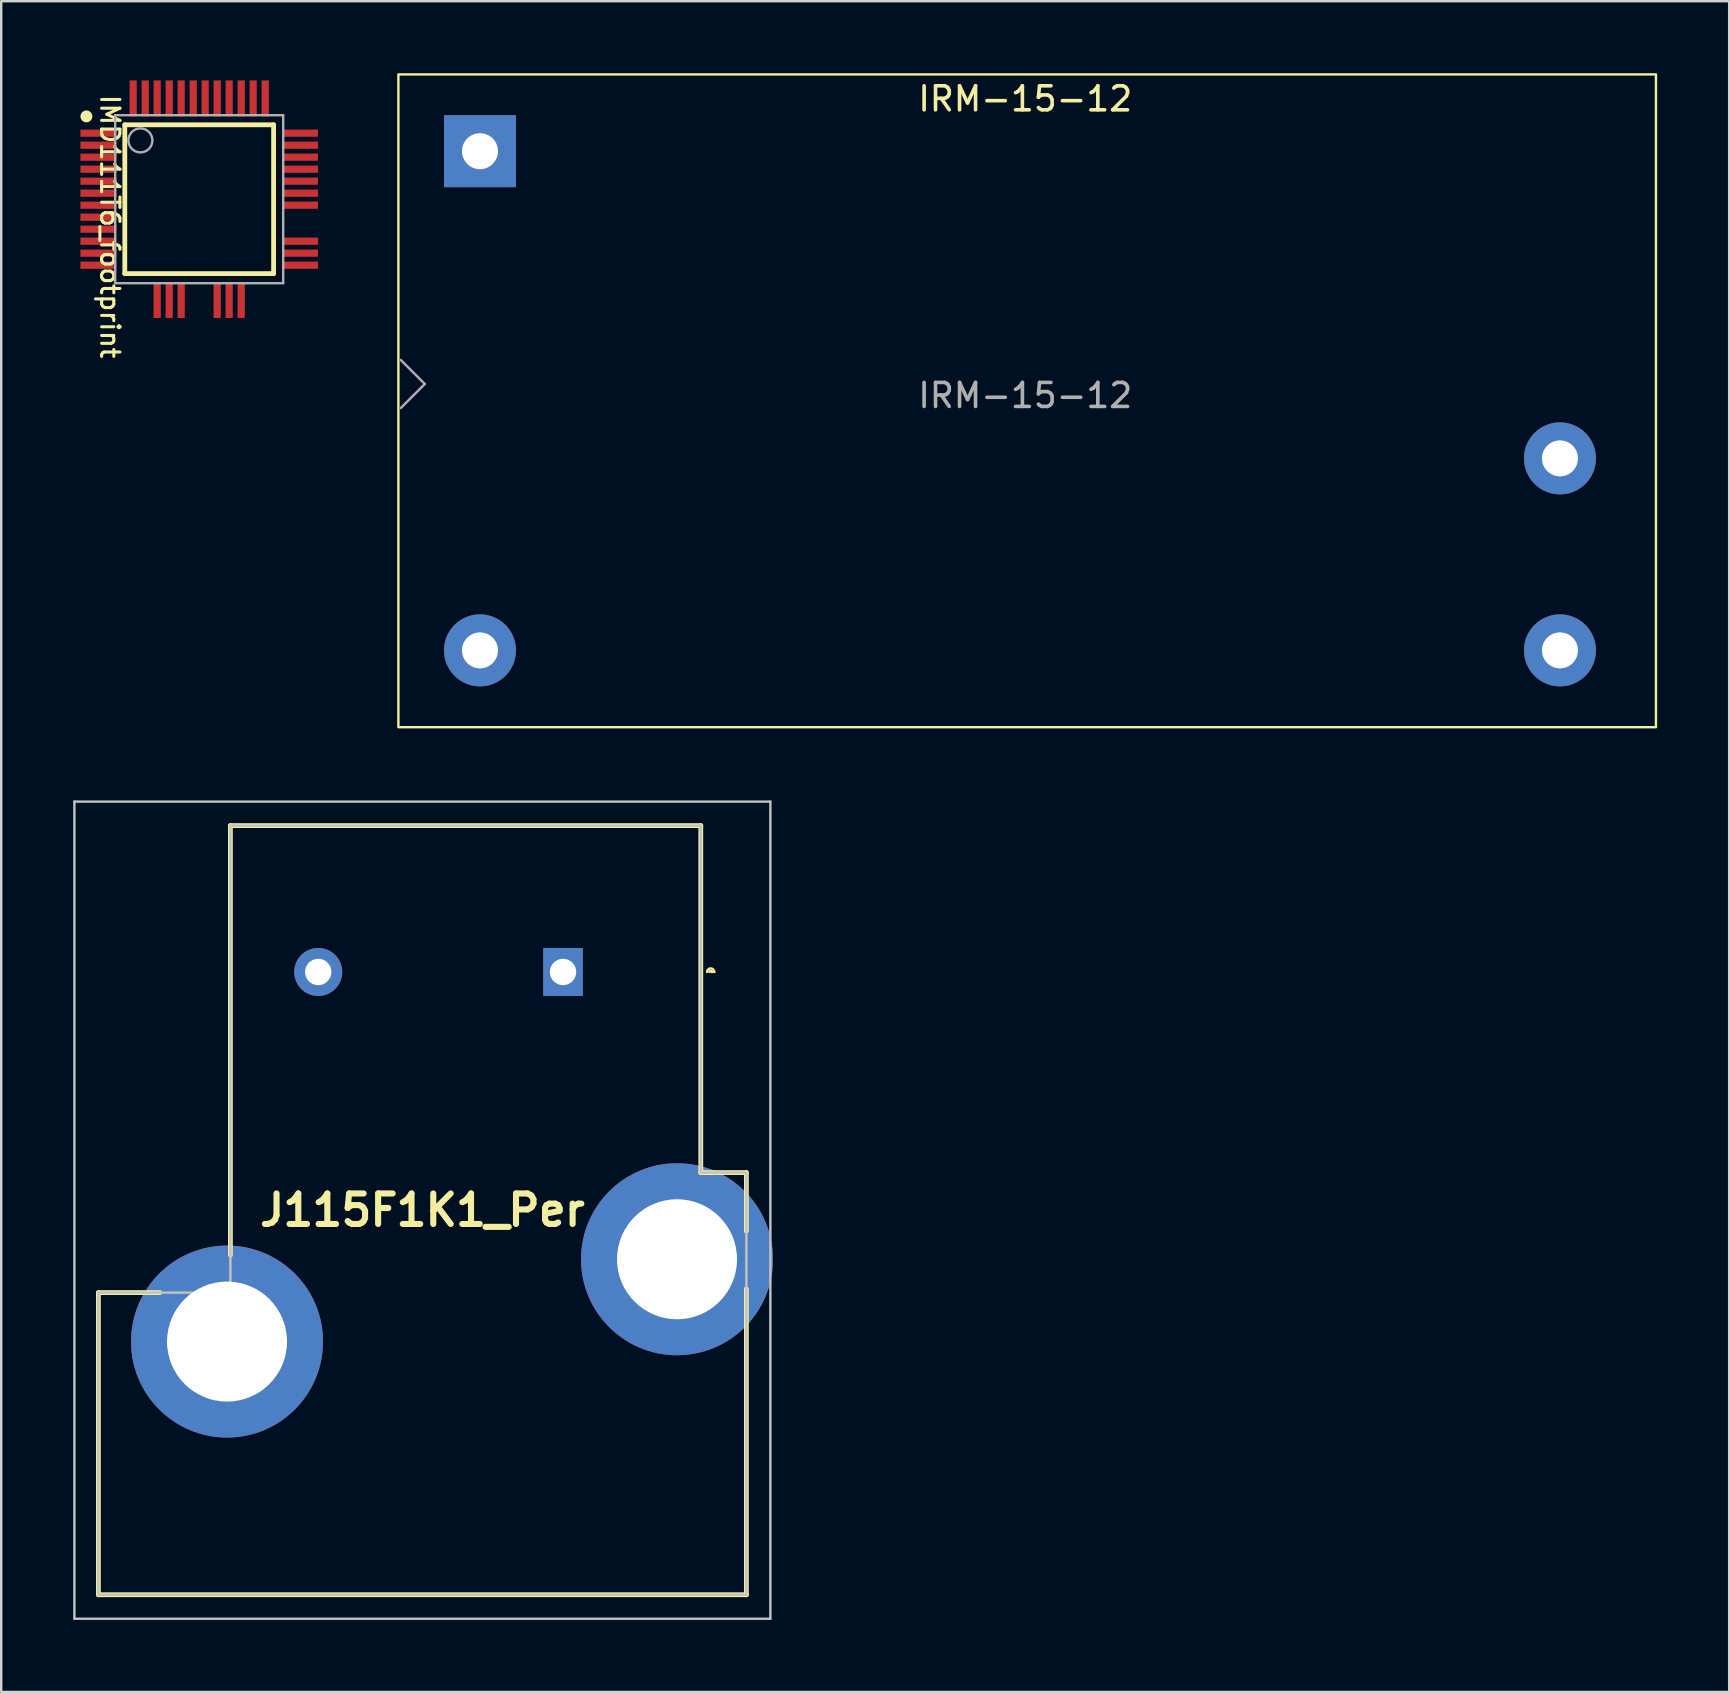
<source format=kicad_pcb>
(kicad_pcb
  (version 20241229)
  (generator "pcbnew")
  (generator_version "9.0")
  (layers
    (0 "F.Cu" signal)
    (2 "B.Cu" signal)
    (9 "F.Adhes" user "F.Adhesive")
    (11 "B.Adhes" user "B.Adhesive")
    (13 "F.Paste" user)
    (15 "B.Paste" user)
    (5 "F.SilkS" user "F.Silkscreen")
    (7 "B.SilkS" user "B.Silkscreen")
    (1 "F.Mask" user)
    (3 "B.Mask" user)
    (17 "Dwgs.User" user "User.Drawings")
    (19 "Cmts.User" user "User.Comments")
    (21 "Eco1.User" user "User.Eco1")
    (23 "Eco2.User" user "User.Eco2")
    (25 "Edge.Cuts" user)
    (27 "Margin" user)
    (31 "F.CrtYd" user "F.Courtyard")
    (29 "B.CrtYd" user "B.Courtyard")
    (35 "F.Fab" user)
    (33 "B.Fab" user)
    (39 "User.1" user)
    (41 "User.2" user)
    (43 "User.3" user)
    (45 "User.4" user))
  (footprint "IRM-15-12"
    (layer "F.Cu")
    (at 39.75 13.65)
    (property "Reference" "IRM-15-12" (at -0.08 -12.58 0) (layer "F.SilkS") (effects (font (size 1 1) (thickness 0.15))))
    (attr through_hole)
    (fp_rect (start -26.2 -13.6) (end 26.2 13.6) (stroke (width 0.1) (type default)) (fill no) (layer "F.SilkS"))
    (fp_line (start -26.1 -1.7) (end -25.1 -0.7) (stroke (width 0.1) (type solid)) (layer "F.Fab"))
    (fp_line (start -26.1 0.3) (end -25.1 -0.7) (stroke (width 0.1) (type solid)) (layer "F.Fab"))
    (fp_text user "${REFERENCE}" (at -0.08 -0.22 0) (layer "F.Fab") (effects (font (size 1 1) (thickness 0.15))))
    (pad "1" thru_hole rect (at -22.8 -10.4) (size 3 3) (drill 1.5) (layers "*.Cu" "*.Mask"))
    (pad "2" thru_hole circle (at -22.8 10.4) (size 3 3) (drill 1.5) (layers "*.Cu" "*.Mask"))
    (pad "3" thru_hole circle (at 22.2 10.4) (size 3 3) (drill 1.5) (layers "*.Cu" "*.Mask"))
    (pad "4" thru_hole circle (at 22.2 2.4) (size 3 3) (drill 1.5) (layers "*.Cu" "*.Mask")))
  (footprint "IMD111T6_footprint"
    (layer "F.Cu")
    (at 5.25 5.25)
    (property "Reference" "IMD111T6_footprint" (at -4.166 -4.42 270) (unlocked yes) (layer "F.SilkS") (effects (font (size 0.762 0.762) (thickness 0.127)) (justify left bottom)))
    (fp_line (start -3.1 -3.1) (end -3.1 3.1) (stroke (width 0.2) (type solid)) (layer "F.SilkS"))
    (fp_line (start -3.1 -3.1) (end 3.1 -3.1) (stroke (width 0.2) (type solid)) (layer "F.SilkS"))
    (fp_line (start -3.1 3.1) (end 3.1 3.1) (stroke (width 0.2) (type solid)) (layer "F.SilkS"))
    (fp_line (start 3.1 -3.1) (end 3.1 3.1) (stroke (width 0.2) (type solid)) (layer "F.SilkS"))
    (fp_circle (center -4.7 -3.45) (end -4.7 -3.325) (stroke (width 0.25) (type solid)) (fill no) (layer "F.SilkS"))
    (fp_line (start -5.2 -5.2) (end -5.2 5.2) (stroke (width 0.1) (type solid)) (layer "Eco1.User"))
    (fp_line (start -5.2 -5.2) (end 5.2 -5.2) (stroke (width 0.1) (type solid)) (layer "Eco1.User"))
    (fp_line (start -5.2 5.2) (end 5.2 5.2) (stroke (width 0.1) (type solid)) (layer "Eco1.User"))
    (fp_line (start -0.5 0) (end 0.5 0) (stroke (width 0.1) (type solid)) (layer "Eco1.User"))
    (fp_line (start 0 -0.5) (end 0 0.5) (stroke (width 0.1) (type solid)) (layer "Eco1.User"))
    (fp_line (start 5.2 -5.2) (end 5.2 5.2) (stroke (width 0.1) (type solid)) (layer "Eco1.User"))
    (fp_line (start -3.5 -3.5) (end -3.5 3.5) (stroke (width 0.1) (type solid)) (layer "F.Fab"))
    (fp_line (start -3.5 -3.5) (end 3.5 -3.5) (stroke (width 0.1) (type solid)) (layer "F.Fab"))
    (fp_line (start -3.5 3.5) (end 3.5 3.5) (stroke (width 0.1) (type solid)) (layer "F.Fab"))
    (fp_line (start 3.5 -3.5) (end 3.5 3.5) (stroke (width 0.1) (type solid)) (layer "F.Fab"))
    (fp_circle (center -2.45 -2.45) (end -2.45 -1.95) (stroke (width 0.1) (type solid)) (fill no) (layer "F.Fab"))
    (fp_text user "${REFERENCE}" (at 0 0 0) (unlocked yes) (layer "User.3") (effects (font (size 0.6 0.6) (thickness 0.2)) (justify mirror)))
    (pad "1" smd rect (at -4.2 -2.75) (size 1.5 0.3) (layers "F.Cu" "F.Mask" "F.Paste"))
    (pad "2" smd rect (at -4.2 -2.25) (size 1.5 0.3) (layers "F.Cu" "F.Mask" "F.Paste"))
    (pad "3" smd rect (at -4.2 -1.75) (size 1.5 0.3) (layers "F.Cu" "F.Mask" "F.Paste"))
    (pad "4" smd rect (at -4.2 -1.25) (size 1.5 0.3) (layers "F.Cu" "F.Mask" "F.Paste"))
    (pad "5" smd rect (at -4.2 -0.75) (size 1.5 0.3) (layers "F.Cu" "F.Mask" "F.Paste"))
    (pad "6" smd rect (at -4.2 -0.25) (size 1.5 0.3) (layers "F.Cu" "F.Mask" "F.Paste"))
    (pad "7" smd rect (at -4.2 0.25) (size 1.5 0.3) (layers "F.Cu" "F.Mask" "F.Paste"))
    (pad "8" smd rect (at -4.2 0.75) (size 1.5 0.3) (layers "F.Cu" "F.Mask" "F.Paste"))
    (pad "9" smd rect (at -4.2 1.25) (size 1.5 0.3) (layers "F.Cu" "F.Mask" "F.Paste"))
    (pad "10" smd rect (at -4.2 1.75) (size 1.5 0.3) (layers "F.Cu" "F.Mask" "F.Paste"))
    (pad "11" smd rect (at -4.2 2.25) (size 1.5 0.3) (layers "F.Cu" "F.Mask" "F.Paste"))
    (pad "12" smd rect (at -4.2 2.75) (size 1.5 0.3) (layers "F.Cu" "F.Mask" "F.Paste"))
    (pad "13" smd rect (at -1.75 4.2 90) (size 1.5 0.3) (layers "F.Cu" "F.Mask" "F.Paste"))
    (pad "14" smd rect (at -1.25 4.2 90) (size 1.5 0.3) (layers "F.Cu" "F.Mask" "F.Paste"))
    (pad "15" smd rect (at -0.75 4.2 90) (size 1.5 0.3) (layers "F.Cu" "F.Mask" "F.Paste"))
    (pad "16" smd rect (at 0.75 4.2 90) (size 1.5 0.3) (layers "F.Cu" "F.Mask" "F.Paste"))
    (pad "17" smd rect (at 1.25 4.2 90) (size 1.5 0.3) (layers "F.Cu" "F.Mask" "F.Paste"))
    (pad "18" smd rect (at 1.75 4.2 90) (size 1.5 0.3) (layers "F.Cu" "F.Mask" "F.Paste"))
    (pad "19" smd rect (at 4.2 2.75) (size 1.5 0.3) (layers "F.Cu" "F.Mask" "F.Paste"))
    (pad "20" smd rect (at 4.2 2.25) (size 1.5 0.3) (layers "F.Cu" "F.Mask" "F.Paste"))
    (pad "21" smd rect (at 4.2 1.75) (size 1.5 0.3) (layers "F.Cu" "F.Mask" "F.Paste"))
    (pad "22" smd rect (at 4.2 0.25) (size 1.5 0.3) (layers "F.Cu" "F.Mask" "F.Paste"))
    (pad "23" smd rect (at 4.2 -0.25) (size 1.5 0.3) (layers "F.Cu" "F.Mask" "F.Paste"))
    (pad "24" smd rect (at 4.2 -0.75) (size 1.5 0.3) (layers "F.Cu" "F.Mask" "F.Paste"))
    (pad "25" smd rect (at 4.2 -1.25) (size 1.5 0.3) (layers "F.Cu" "F.Mask" "F.Paste"))
    (pad "26" smd rect (at 4.2 -1.75) (size 1.5 0.3) (layers "F.Cu" "F.Mask" "F.Paste"))
    (pad "27" smd rect (at 4.2 -2.25) (size 1.5 0.3) (layers "F.Cu" "F.Mask" "F.Paste"))
    (pad "28" smd rect (at 4.2 -2.75) (size 1.5 0.3) (layers "F.Cu" "F.Mask" "F.Paste"))
    (pad "29" smd rect (at 2.75 -4.2 90) (size 1.5 0.3) (layers "F.Cu" "F.Mask" "F.Paste"))
    (pad "30" smd rect (at 2.25 -4.2 90) (size 1.5 0.3) (layers "F.Cu" "F.Mask" "F.Paste"))
    (pad "31" smd rect (at 1.75 -4.2 90) (size 1.5 0.3) (layers "F.Cu" "F.Mask" "F.Paste"))
    (pad "32" smd rect (at 1.25 -4.2 90) (size 1.5 0.3) (layers "F.Cu" "F.Mask" "F.Paste"))
    (pad "33" smd rect (at 0.75 -4.2 90) (size 1.5 0.3) (layers "F.Cu" "F.Mask" "F.Paste"))
    (pad "34" smd rect (at 0.25 -4.2 90) (size 1.5 0.3) (layers "F.Cu" "F.Mask" "F.Paste"))
    (pad "35" smd rect (at -0.25 -4.2 90) (size 1.5 0.3) (layers "F.Cu" "F.Mask" "F.Paste"))
    (pad "36" smd rect (at -0.75 -4.2 90) (size 1.5 0.3) (layers "F.Cu" "F.Mask" "F.Paste"))
    (pad "37" smd rect (at -1.25 -4.2 90) (size 1.5 0.3) (layers "F.Cu" "F.Mask" "F.Paste"))
    (pad "38" smd rect (at -1.75 -4.2 90) (size 1.5 0.3) (layers "F.Cu" "F.Mask" "F.Paste"))
    (pad "39" smd rect (at -2.25 -4.2 90) (size 1.5 0.3) (layers "F.Cu" "F.Mask" "F.Paste"))
    (pad "40" smd rect (at -2.75 -4.2 90) (size 1.5 0.3) (layers "F.Cu" "F.Mask" "F.Paste")))
  (footprint "J115F1K1_Per"
    (layer "F.Cu")
    (at 20.41 37.45)
    (property "Reference" "J115F1K1_Per" (at -5.86 9.925 0) (layer "F.SilkS") (effects (font (size 1.27 1.27) (thickness 0.254))))
    (attr through_hole exclude_from_pos_files)
    (fp_line (start -19.36 13.36) (end -19.36 25.95) (stroke (width 0.2) (type solid)) (layer "F.SilkS"))
    (fp_line (start -19.36 25.95) (end 7.64 25.95) (stroke (width 0.2) (type solid)) (layer "F.SilkS"))
    (fp_line (start -16.8 13.36) (end -19.36 13.36) (stroke (width 0.2) (type solid)) (layer "F.SilkS"))
    (fp_line (start -13.86 -6.1) (end -13.86 11.8) (stroke (width 0.2) (type solid)) (layer "F.SilkS"))
    (fp_line (start 5.74 -6.1) (end -13.86 -6.1) (stroke (width 0.2) (type solid)) (layer "F.SilkS"))
    (fp_line (start 5.74 8.36) (end 5.74 -6.1) (stroke (width 0.2) (type solid)) (layer "F.SilkS"))
    (fp_line (start 6.2 0) (end 6.2 0) (stroke (width 0.1) (type solid)) (layer "F.SilkS"))
    (fp_line (start 6.3 0) (end 6.3 0) (stroke (width 0.1) (type solid)) (layer "F.SilkS"))
    (fp_line (start 7.64 8.36) (end 5.74 8.36) (stroke (width 0.2) (type solid)) (layer "F.SilkS"))
    (fp_line (start 7.64 10.8) (end 7.64 8.36) (stroke (width 0.2) (type solid)) (layer "F.SilkS"))
    (fp_line (start 7.64 25.95) (end 7.64 13.2) (stroke (width 0.2) (type solid)) (layer "F.SilkS"))
    (fp_arc (start 6 0) (mid 6.15 -0.15) (end 6.3 0) (stroke (width 0.1) (type solid)) (layer "F.SilkS"))
    (fp_arc (start 6.1 0) (mid 6.15 -0.05) (end 6.2 0) (stroke (width 0.1) (type solid)) (layer "F.SilkS"))
    (fp_line (start -20.36 -7.1) (end -20.36 26.95) (stroke (width 0.1) (type solid)) (layer "Dwgs.User"))
    (fp_line (start -20.36 26.95) (end 8.64 26.95) (stroke (width 0.1) (type solid)) (layer "Dwgs.User"))
    (fp_line (start -19.36 13.36) (end -19.36 25.95) (stroke (width 0.1) (type solid)) (layer "Dwgs.User"))
    (fp_line (start -19.36 25.95) (end 7.64 25.95) (stroke (width 0.1) (type solid)) (layer "Dwgs.User"))
    (fp_line (start -13.86 -6.1) (end -13.86 13.36) (stroke (width 0.1) (type solid)) (layer "Dwgs.User"))
    (fp_line (start -13.86 13.36) (end -19.36 13.36) (stroke (width 0.1) (type solid)) (layer "Dwgs.User"))
    (fp_line (start 5.74 -6.1) (end -13.86 -6.1) (stroke (width 0.1) (type solid)) (layer "Dwgs.User"))
    (fp_line (start 5.74 8.36) (end 5.74 -6.1) (stroke (width 0.1) (type solid)) (layer "Dwgs.User"))
    (fp_line (start 7.64 8.36) (end 5.74 8.36) (stroke (width 0.1) (type solid)) (layer "Dwgs.User"))
    (fp_line (start 7.64 25.95) (end 7.64 8.36) (stroke (width 0.1) (type solid)) (layer "Dwgs.User"))
    (fp_line (start 8.64 -7.1) (end -20.36 -7.1) (stroke (width 0.1) (type solid)) (layer "Dwgs.User"))
    (fp_line (start 8.64 26.95) (end 8.64 -7.1) (stroke (width 0.1) (type solid)) (layer "Dwgs.User"))
    (pad "1" thru_hole rect (at 0 0 90) (size 2 1.65) (drill 1.1) (layers "*.Cu" "*.Mask"))
    (pad "2" thru_hole circle (at -10.2 0 90) (size 2 2) (drill 1.1) (layers "*.Cu" "*.Mask"))
    (pad "3" thru_hole circle (at 4.75 11.97 90) (size 8 8) (drill 5) (layers "*.Cu" "*.Mask"))
    (pad "4" thru_hole circle (at -14 15.4 90) (size 8 8) (drill 5) (layers "*.Cu" "*.Mask")))
  (gr_rect
    (start -3 -3)
    (end 69 67.45)
    (stroke (width 0.1) (type default))
    (fill no)
    (layer "Edge.Cuts")))
</source>
